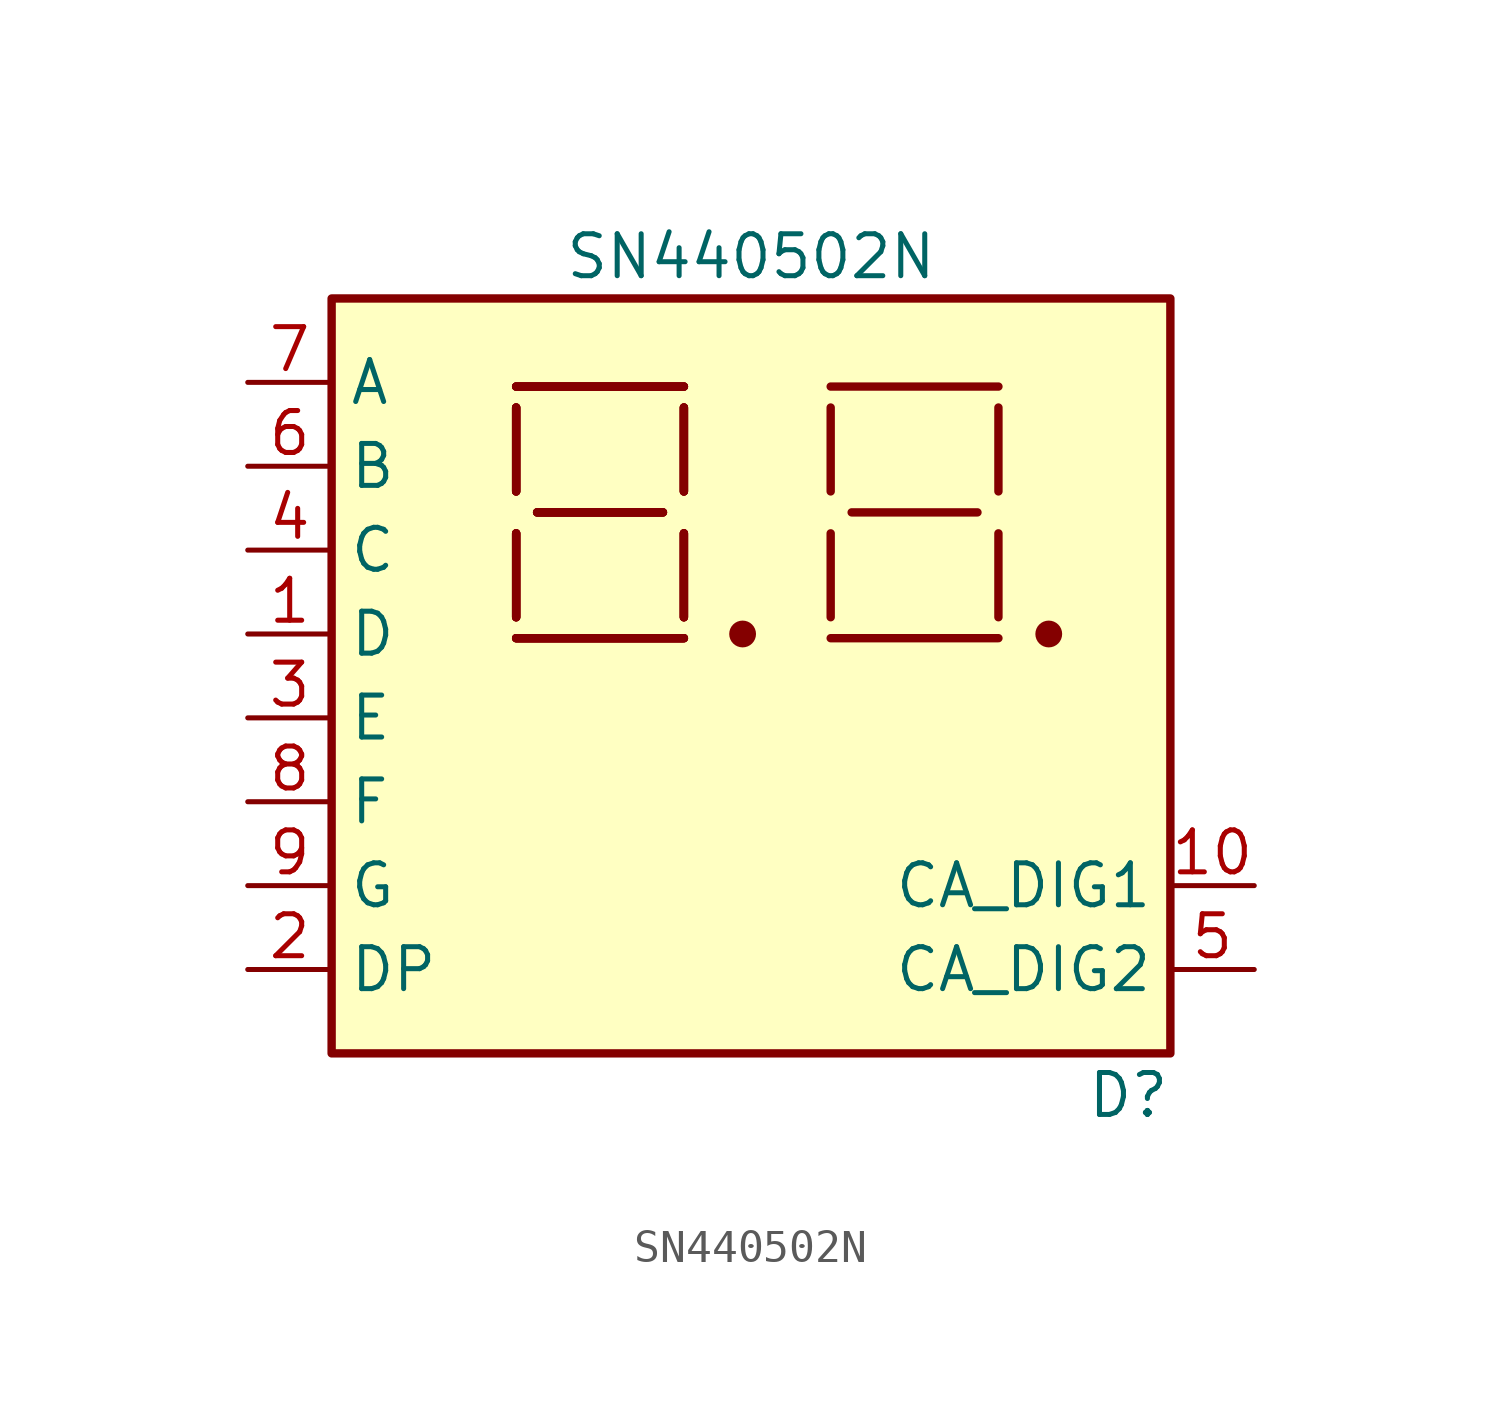
<source format=kicad_sym>
(kicad_symbol_lib
  (version 20211014)
  (generator kicad_symbol_editor)
  (symbol "SN440502N"
    (property "Reference" "D"
      (at 11.43 -12.7 0)
      (effects (font (size 1.27 1.27))))
    (property "Value" "SN440502N"
      (at 0 12.7 0)
      (effects (font (size 1.27 1.27))))
    (symbol "SN440502N_0_1"
      (rectangle (start -12.7 11.43) (end 12.7 -11.43) (stroke (width 0.254) (type default) (color 0 0 0 0)) (fill (type background)))
      (circle (center -0.254 1.27) (radius 0.279) (stroke (width 0.254) (type default) (color 0 0 0 0)) (fill (type outline)))
      (polyline (pts (xy -7.112 1.143) (xy -2.032 1.143)) (stroke (width 0.254) (type default) (color 0 0 0 0)) (fill (type none)))
      (polyline (pts (xy -7.112 1.143) (xy -2.032 1.143)) (stroke (width 0.254) (type default) (color 0 0 0 0)) (fill (type none)))
      (polyline (pts (xy -7.112 1.143) (xy -2.032 1.143)) (stroke (width 0.254) (type default) (color 0 0 0 0)) (fill (type none)))
      (polyline (pts (xy -7.112 1.143) (xy -2.032 1.143)) (stroke (width 0.254) (type default) (color 0 0 0 0)) (fill (type none)))
      (polyline (pts (xy -7.112 1.778) (xy -7.112 4.318)) (stroke (width 0.254) (type default) (color 0 0 0 0)) (fill (type none)))
      (polyline (pts (xy -7.112 1.778) (xy -7.112 4.318)) (stroke (width 0.254) (type default) (color 0 0 0 0)) (fill (type none)))
      (polyline (pts (xy -7.112 1.778) (xy -7.112 4.318)) (stroke (width 0.254) (type default) (color 0 0 0 0)) (fill (type none)))
      (polyline (pts (xy -7.112 1.778) (xy -7.112 4.318)) (stroke (width 0.254) (type default) (color 0 0 0 0)) (fill (type none)))
      (polyline (pts (xy -7.112 5.588) (xy -7.112 8.128)) (stroke (width 0.254) (type default) (color 0 0 0 0)) (fill (type none)))
      (polyline (pts (xy -7.112 5.588) (xy -7.112 8.128)) (stroke (width 0.254) (type default) (color 0 0 0 0)) (fill (type none)))
      (polyline (pts (xy -7.112 5.588) (xy -7.112 8.128)) (stroke (width 0.254) (type default) (color 0 0 0 0)) (fill (type none)))
      (polyline (pts (xy -7.112 5.588) (xy -7.112 8.128)) (stroke (width 0.254) (type default) (color 0 0 0 0)) (fill (type none)))
      (polyline (pts (xy -7.112 8.763) (xy -2.032 8.763)) (stroke (width 0.254) (type default) (color 0 0 0 0)) (fill (type none)))
      (polyline (pts (xy -7.112 8.763) (xy -2.032 8.763)) (stroke (width 0.254) (type default) (color 0 0 0 0)) (fill (type none)))
      (polyline (pts (xy -7.112 8.763) (xy -2.032 8.763)) (stroke (width 0.254) (type default) (color 0 0 0 0)) (fill (type none)))
      (polyline (pts (xy -7.112 8.763) (xy -2.032 8.763)) (stroke (width 0.254) (type default) (color 0 0 0 0)) (fill (type none)))
      (polyline (pts (xy -6.477 4.953) (xy -2.667 4.953)) (stroke (width 0.254) (type default) (color 0 0 0 0)) (fill (type none)))
      (polyline (pts (xy -6.477 4.953) (xy -2.667 4.953)) (stroke (width 0.254) (type default) (color 0 0 0 0)) (fill (type none)))
      (polyline (pts (xy -6.477 4.953) (xy -2.667 4.953)) (stroke (width 0.254) (type default) (color 0 0 0 0)) (fill (type none)))
      (polyline (pts (xy -6.477 4.953) (xy -2.667 4.953)) (stroke (width 0.254) (type default) (color 0 0 0 0)) (fill (type none)))
      (polyline (pts (xy -2.032 1.778) (xy -2.032 4.318)) (stroke (width 0.254) (type default) (color 0 0 0 0)) (fill (type none)))
      (polyline (pts (xy -2.032 1.778) (xy -2.032 4.318)) (stroke (width 0.254) (type default) (color 0 0 0 0)) (fill (type none)))
      (polyline (pts (xy -2.032 1.778) (xy -2.032 4.318)) (stroke (width 0.254) (type default) (color 0 0 0 0)) (fill (type none)))
      (polyline (pts (xy -2.032 1.778) (xy -2.032 4.318)) (stroke (width 0.254) (type default) (color 0 0 0 0)) (fill (type none)))
      (polyline (pts (xy -2.032 8.128) (xy -2.032 5.588)) (stroke (width 0.254) (type default) (color 0 0 0 0)) (fill (type none)))
      (polyline (pts (xy -2.032 8.128) (xy -2.032 5.588)) (stroke (width 0.254) (type default) (color 0 0 0 0)) (fill (type none)))
      (polyline (pts (xy -2.032 8.128) (xy -2.032 5.588)) (stroke (width 0.254) (type default) (color 0 0 0 0)) (fill (type none)))
      (polyline (pts (xy -2.032 8.128) (xy -2.032 5.588)) (stroke (width 0.254) (type default) (color 0 0 0 0)) (fill (type none)))
      (polyline (pts (xy 2.413 1.143) (xy 7.493 1.143)) (stroke (width 0.254) (type default) (color 0 0 0 0)) (fill (type none)))
      (polyline (pts (xy 2.413 1.778) (xy 2.413 4.318)) (stroke (width 0.254) (type default) (color 0 0 0 0)) (fill (type none)))
      (polyline (pts (xy 2.413 5.588) (xy 2.413 8.128)) (stroke (width 0.254) (type default) (color 0 0 0 0)) (fill (type none)))
      (polyline (pts (xy 2.413 8.763) (xy 7.493 8.763)) (stroke (width 0.254) (type default) (color 0 0 0 0)) (fill (type none)))
      (polyline (pts (xy 3.048 4.953) (xy 6.858 4.953)) (stroke (width 0.254) (type default) (color 0 0 0 0)) (fill (type none)))
      (polyline (pts (xy 7.493 1.778) (xy 7.493 4.318)) (stroke (width 0.254) (type default) (color 0 0 0 0)) (fill (type none)))
      (polyline (pts (xy 7.493 5.588) (xy 7.493 8.128)) (stroke (width 0.254) (type default) (color 0 0 0 0)) (fill (type none)))
      (circle (center 9.017 1.27) (radius 0.279) (stroke (width 0.254) (type default) (color 0 0 0 0)) (fill (type outline))))
    (symbol "SN440502N_1_1"
      (pin input line (at -15.24 1.27 0) (length 2.54) (name "D" (effects (font (size 1.27 1.27)))) (number "1" (effects (font (size 1.27 1.27)))))
      (pin input line (at 15.24 -6.35 180) (length 2.54) (name "CA_DIG1" (effects (font (size 1.27 1.27)))) (number "10" (effects (font (size 1.27 1.27)))))
      (pin input line (at -15.24 -8.89 0) (length 2.54) (name "DP" (effects (font (size 1.27 1.27)))) (number "2" (effects (font (size 1.27 1.27)))))
      (pin input line (at -15.24 -1.27 0) (length 2.54) (name "E" (effects (font (size 1.27 1.27)))) (number "3" (effects (font (size 1.27 1.27)))))
      (pin input line (at -15.24 3.81 0) (length 2.54) (name "C" (effects (font (size 1.27 1.27)))) (number "4" (effects (font (size 1.27 1.27)))))
      (pin input line (at 15.24 -8.89 180) (length 2.54) (name "CA_DIG2" (effects (font (size 1.27 1.27)))) (number "5" (effects (font (size 1.27 1.27)))))
      (pin input line (at -15.24 6.35 0) (length 2.54) (name "B" (effects (font (size 1.27 1.27)))) (number "6" (effects (font (size 1.27 1.27)))))
      (pin input line (at -15.24 8.89 0) (length 2.54) (name "A" (effects (font (size 1.27 1.27)))) (number "7" (effects (font (size 1.27 1.27)))))
      (pin input line (at -15.24 -3.81 0) (length 2.54) (name "F" (effects (font (size 1.27 1.27)))) (number "8" (effects (font (size 1.27 1.27)))))
      (pin input line (at -15.24 -6.35 0) (length 2.54) (name "G" (effects (font (size 1.27 1.27)))) (number "9" (effects (font (size 1.27 1.27))))))))
</source>
